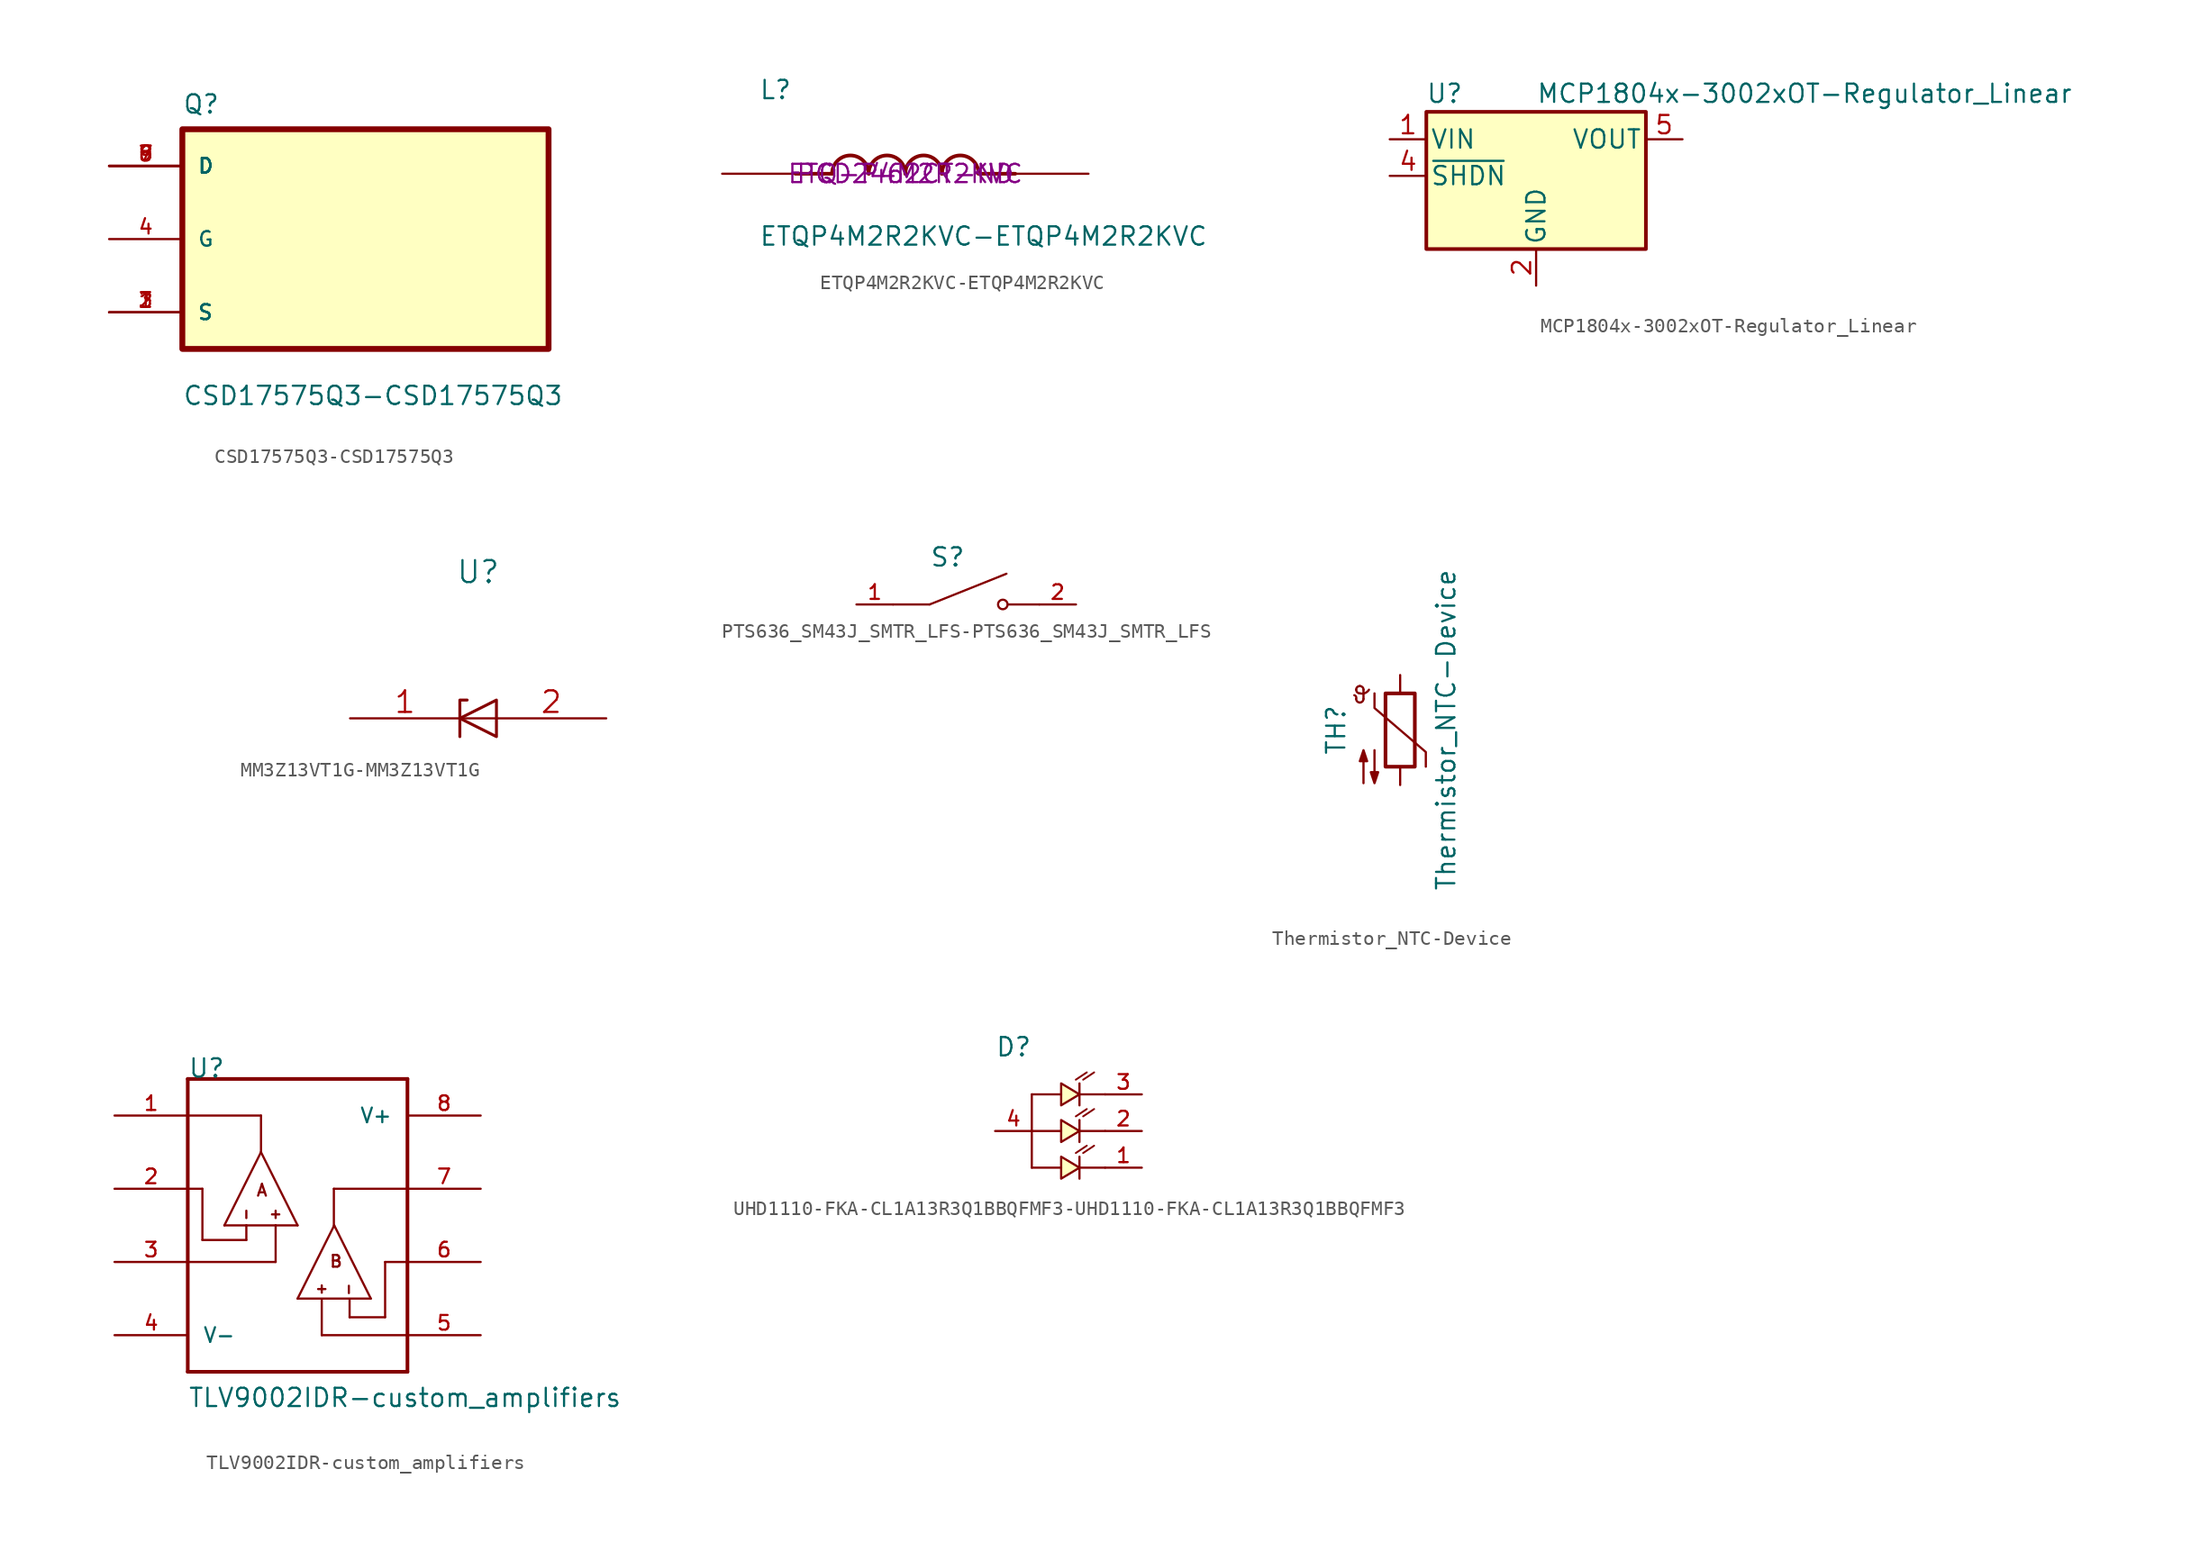
<source format=kicad_sym>
(kicad_symbol_lib
  (version 20211014)
  (generator kicad_symbol_editor)
  (symbol "CSD17575Q3-CSD17575Q3"
    (pin_names
      (offset 1.016))
    (property "Reference" "Q"
      (at -12.7 8.611 0)
      (effects (font (size 1.27 1.27)) (justify left bottom)))
    (property "Value" "CSD17575Q3-CSD17575Q3"
      (at -12.7 -11.608 0)
      (effects (font (size 1.27 1.27)) (justify left bottom)))
    (symbol "CSD17575Q3-CSD17575Q3_0_0"
      (rectangle (start -12.7 -7.62) (end 12.7 7.62) (stroke (width 0.406) (type default) (color 0 0 0 0)) (fill (type background)))
      (pin bidirectional line (at -17.78 -5.08 0) (length 5.08) (name "S" (effects (font (size 1.016 1.016)))) (number "1" (effects (font (size 1.016 1.016)))))
      (pin bidirectional line (at -17.78 -5.08 0) (length 5.08) (name "S" (effects (font (size 1.016 1.016)))) (number "2" (effects (font (size 1.016 1.016)))))
      (pin bidirectional line (at -17.78 -5.08 0) (length 5.08) (name "S" (effects (font (size 1.016 1.016)))) (number "3" (effects (font (size 1.016 1.016)))))
      (pin bidirectional line (at -17.78 0 0) (length 5.08) (name "G" (effects (font (size 1.016 1.016)))) (number "4" (effects (font (size 1.016 1.016)))))
      (pin bidirectional line (at -17.78 5.08 0) (length 5.08) (name "D" (effects (font (size 1.016 1.016)))) (number "5" (effects (font (size 1.016 1.016)))))
      (pin bidirectional line (at -17.78 5.08 0) (length 5.08) (name "D" (effects (font (size 1.016 1.016)))) (number "6" (effects (font (size 1.016 1.016)))))
      (pin bidirectional line (at -17.78 5.08 0) (length 5.08) (name "D" (effects (font (size 1.016 1.016)))) (number "7" (effects (font (size 1.016 1.016)))))
      (pin bidirectional line (at -17.78 5.08 0) (length 5.08) (name "D" (effects (font (size 1.016 1.016)))) (number "8" (effects (font (size 1.016 1.016)))))
      (pin bidirectional line (at -17.78 5.08 0) (length 5.08) (name "D" (effects (font (size 1.016 1.016)))) (number "9" (effects (font (size 1.016 1.016)))))))
  (symbol "ETQP4M2R2KVC-ETQP4M2R2KVC"
    (pin_numbers hide)
    (pin_names
      (offset 1.016) hide)
    (property "Reference" "L"
      (at -10.16 5.08 0)
      (effects (font (size 1.27 1.27)) (justify left bottom)))
    (property "Value" "ETQP4M2R2KVC-ETQP4M2R2KVC"
      (at -10.16 -5.08 0)
      (effects (font (size 1.27 1.27)) (justify left bottom)))
    (property "Digi-Key Part Number" "PCD2462CT-ND"
      (at 0 0 0)
      (effects (font (size 1.27 1.27))))
    (property "Manufactuer Part Number" "ETQ-P4M2R2KVC"
      (at 0 0 0)
      (effects (font (size 1.27 1.27))))
    (symbol "ETQP4M2R2KVC-ETQP4M2R2KVC_0_0"
      (arc (start -2.54 0) (mid -3.81 1.27) (end -5.08 0) (stroke (width 0.254) (type default) (color 0 0 0 0)) (fill (type none)))
      (arc (start 0 0) (mid -1.27 1.27) (end -2.54 0) (stroke (width 0.254) (type default) (color 0 0 0 0)) (fill (type none)))
      (polyline (pts (xy -5.08 0) (xy -7.62 0)) (stroke (width 0.254) (type default) (color 0 0 0 0)) (fill (type none)))
      (polyline (pts (xy 5.08 0) (xy 7.62 0)) (stroke (width 0.254) (type default) (color 0 0 0 0)) (fill (type none)))
      (arc (start 2.54 0) (mid 1.27 1.27) (end 0 0) (stroke (width 0.254) (type default) (color 0 0 0 0)) (fill (type none)))
      (arc (start 5.08 0) (mid 3.81 1.27) (end 2.54 0) (stroke (width 0.254) (type default) (color 0 0 0 0)) (fill (type none)))
      (pin passive line (at -12.7 0 0) (length 5.08) (name "~" (effects (font (size 1.016 1.016)))) (number "1" (effects (font (size 1.016 1.016)))))
      (pin passive line (at 12.7 0 180) (length 5.08) (name "~" (effects (font (size 1.016 1.016)))) (number "2" (effects (font (size 1.016 1.016)))))))
  (symbol "MCP1804x-3002xOT-Regulator_Linear"
    (pin_names
      (offset 0.254))
    (property "Reference" "U"
      (at -6.35 5.715 0)
      (effects (font (size 1.27 1.27))))
    (property "Value" "MCP1804x-3002xOT-Regulator_Linear"
      (at 0 5.715 0)
      (effects (font (size 1.27 1.27)) (justify left)))
    (symbol "MCP1804x-3002xOT-Regulator_Linear_0_1"
      (rectangle (start -7.62 -5.08) (end 7.62 4.445) (stroke (width 0.254) (type default) (color 0 0 0 0)) (fill (type background))))
    (symbol "MCP1804x-3002xOT-Regulator_Linear_1_1"
      (pin power_in line (at -10.16 2.54 0) (length 2.54) (name "VIN" (effects (font (size 1.27 1.27)))) (number "1" (effects (font (size 1.27 1.27)))))
      (pin power_in line (at 0 -7.62 90) (length 2.54) (name "GND" (effects (font (size 1.27 1.27)))) (number "2" (effects (font (size 1.27 1.27)))))
      (pin no_connect line (at 7.62 0 180) (length 2.54) hide (name "NC" (effects (font (size 1.27 1.27)))) (number "3" (effects (font (size 1.27 1.27)))))
      (pin input line (at -10.16 0 0) (length 2.54) (name "~{SHDN}" (effects (font (size 1.27 1.27)))) (number "4" (effects (font (size 1.27 1.27)))))
      (pin power_out line (at 10.16 2.54 180) (length 2.54) (name "VOUT" (effects (font (size 1.27 1.27)))) (number "5" (effects (font (size 1.27 1.27)))))))
  (symbol "MM3Z13VT1G-MM3Z13VT1G"
    (pin_names
      (offset 0.254))
    (property "Reference" "U"
      (at 25.4 10.16 0)
      (effects (font (size 1.524 1.524))))
    (property "Datasheet" ""
      (at 0 0 0)
      (effects (font (size 1.524 1.524))))
    (symbol "MM3Z13VT1G-MM3Z13VT1G_1_1"
      (polyline (pts (xy 26.67 0) (xy 24.13 0)) (stroke (width 0) (type default) (color 0 0 0 0)) (fill (type none)))
      (polyline (pts (xy 24.13 -1.27) (xy 24.13 1.27) (xy 24.638 1.27)) (stroke (width 0.203) (type default) (color 0 0 0 0)) (fill (type none)))
      (polyline (pts (xy 26.67 -1.27) (xy 26.67 1.27) (xy 24.13 0) (xy 26.67 -1.27)) (stroke (width 0.203) (type default) (color 0 0 0 0)) (fill (type none)))
      (pin passive line (at 16.51 0 0) (length 7.62) (name "~" (effects (font (size 1.499 1.499)))) (number "1" (effects (font (size 1.499 1.499)))))
      (pin passive line (at 34.29 0 180) (length 7.62) (name "~" (effects (font (size 1.499 1.499)))) (number "2" (effects (font (size 1.499 1.499)))))))
  (symbol "PTS636_SM43J_SMTR_LFS-PTS636_SM43J_SMTR_LFS"
    (pin_names
      (offset 1.016) hide)
    (property "Reference" "S"
      (at -2.54 2.54 0)
      (effects (font (size 1.27 1.27)) (justify left bottom)))
    (symbol "PTS636_SM43J_SMTR_LFS-PTS636_SM43J_SMTR_LFS_0_0"
      (polyline (pts (xy -2.54 0) (xy -5.08 0)) (stroke (width 0.152) (type default) (color 0 0 0 0)) (fill (type none)))
      (polyline (pts (xy -2.54 0) (xy 2.794 2.134)) (stroke (width 0.152) (type default) (color 0 0 0 0)) (fill (type none)))
      (polyline (pts (xy 5.08 0) (xy 2.921 0)) (stroke (width 0.152) (type default) (color 0 0 0 0)) (fill (type none)))
      (circle (center 2.54 0) (radius 0.33) (stroke (width 0.152) (type default) (color 0 0 0 0)) (fill (type none)))
      (pin passive line (at -7.62 0 0) (length 2.54) (name "~" (effects (font (size 1.016 1.016)))) (number "1" (effects (font (size 1.016 1.016)))))
      (pin passive line (at 7.62 0 180) (length 2.54) (name "~" (effects (font (size 1.016 1.016)))) (number "2" (effects (font (size 1.016 1.016)))))))
  (symbol "Thermistor_NTC-Device"
    (pin_numbers hide)
    (pin_names
      (offset 0))
    (property "Reference" "TH"
      (at -4.445 0 90)
      (effects (font (size 1.27 1.27))))
    (property "Value" "Thermistor_NTC-Device"
      (at 3.175 0 90)
      (effects (font (size 1.27 1.27))))
    (symbol "Thermistor_NTC-Device_0_1"
      (arc (start -3.048 2.159) (mid -3.0495 2.3143) (end -3.175 2.413) (stroke (width 0) (type default) (color 0 0 0 0)) (fill (type none)))
      (arc (start -3.048 2.159) (mid -2.9736 1.9794) (end -2.794 1.905) (stroke (width 0) (type default) (color 0 0 0 0)) (fill (type none)))
      (arc (start -3.048 2.794) (mid -2.9736 2.6144) (end -2.794 2.54) (stroke (width 0) (type default) (color 0 0 0 0)) (fill (type none)))
      (arc (start -2.794 1.905) (mid -2.6144 1.9794) (end -2.54 2.159) (stroke (width 0) (type default) (color 0 0 0 0)) (fill (type none)))
      (arc (start -2.794 2.54) (mid -2.4393 2.5587) (end -2.159 2.794) (stroke (width 0) (type default) (color 0 0 0 0)) (fill (type none)))
      (arc (start -2.794 3.048) (mid -2.9736 2.9736) (end -3.048 2.794) (stroke (width 0) (type default) (color 0 0 0 0)) (fill (type none)))
      (arc (start -2.54 2.794) (mid -2.6144 2.9736) (end -2.794 3.048) (stroke (width 0) (type default) (color 0 0 0 0)) (fill (type none)))
      (rectangle (start -1.016 2.54) (end 1.016 -2.54) (stroke (width 0.254) (type default) (color 0 0 0 0)) (fill (type none)))
      (polyline (pts (xy -2.54 2.159) (xy -2.54 2.794)) (stroke (width 0) (type default) (color 0 0 0 0)) (fill (type none)))
      (polyline (pts (xy -1.778 2.54) (xy -1.778 1.524) (xy 1.778 -1.524) (xy 1.778 -2.54)) (stroke (width 0) (type default) (color 0 0 0 0)) (fill (type none)))
      (polyline (pts (xy -2.54 -3.683) (xy -2.54 -1.397) (xy -2.794 -2.159) (xy -2.286 -2.159) (xy -2.54 -1.397) (xy -2.54 -1.651)) (stroke (width 0) (type default) (color 0 0 0 0)) (fill (type outline)))
      (polyline (pts (xy -1.778 -1.397) (xy -1.778 -3.683) (xy -2.032 -2.921) (xy -1.524 -2.921) (xy -1.778 -3.683) (xy -1.778 -3.429)) (stroke (width 0) (type default) (color 0 0 0 0)) (fill (type outline))))
    (symbol "Thermistor_NTC-Device_1_1"
      (pin passive line (at 0 3.81 270) (length 1.27) (name "~" (effects (font (size 1.27 1.27)))) (number "1" (effects (font (size 1.27 1.27)))))
      (pin passive line (at 0 -3.81 90) (length 1.27) (name "~" (effects (font (size 1.27 1.27)))) (number "2" (effects (font (size 1.27 1.27)))))))
  (symbol "TLV9002IDR-custom_amplifiers"
    (pin_names
      (offset 1.016))
    (property "Reference" "U"
      (at -7.62 10.16 0)
      (effects (font (size 1.27 1.27)) (justify left bottom)))
    (property "Value" "TLV9002IDR-custom_amplifiers"
      (at -7.62 -12.7 0)
      (effects (font (size 1.27 1.27)) (justify left bottom)))
    (symbol "TLV9002IDR-custom_amplifiers_0_0"
      (polyline (pts (xy -7.62 -10.16) (xy -7.62 10.16)) (stroke (width 0.254) (type default) (color 0 0 0 0)) (fill (type none)))
      (polyline (pts (xy -7.62 10.16) (xy 7.62 10.16)) (stroke (width 0.254) (type default) (color 0 0 0 0)) (fill (type none)))
      (polyline (pts (xy -6.604 -1.016) (xy -6.604 2.54)) (stroke (width 0.152) (type default) (color 0 0 0 0)) (fill (type none)))
      (polyline (pts (xy -6.604 2.54) (xy -7.62 2.54)) (stroke (width 0.152) (type default) (color 0 0 0 0)) (fill (type none)))
      (polyline (pts (xy -5.08 0) (xy -2.54 5.08)) (stroke (width 0.152) (type default) (color 0 0 0 0)) (fill (type none)))
      (polyline (pts (xy -3.556 -1.016) (xy -6.604 -1.016)) (stroke (width 0.152) (type default) (color 0 0 0 0)) (fill (type none)))
      (polyline (pts (xy -3.556 0) (xy -5.08 0)) (stroke (width 0.152) (type default) (color 0 0 0 0)) (fill (type none)))
      (polyline (pts (xy -3.556 0) (xy -3.556 -1.016)) (stroke (width 0.152) (type default) (color 0 0 0 0)) (fill (type none)))
      (polyline (pts (xy -3.556 1.016) (xy -3.556 0.508)) (stroke (width 0.152) (type default) (color 0 0 0 0)) (fill (type none)))
      (polyline (pts (xy -2.54 5.08) (xy -2.54 7.62)) (stroke (width 0.152) (type default) (color 0 0 0 0)) (fill (type none)))
      (polyline (pts (xy -2.54 5.08) (xy 0 0)) (stroke (width 0.152) (type default) (color 0 0 0 0)) (fill (type none)))
      (polyline (pts (xy -2.54 7.62) (xy -7.62 7.62)) (stroke (width 0.152) (type default) (color 0 0 0 0)) (fill (type none)))
      (polyline (pts (xy -1.778 0.762) (xy -1.27 0.762)) (stroke (width 0.152) (type default) (color 0 0 0 0)) (fill (type none)))
      (polyline (pts (xy -1.524 -2.54) (xy -7.62 -2.54)) (stroke (width 0.152) (type default) (color 0 0 0 0)) (fill (type none)))
      (polyline (pts (xy -1.524 0) (xy -3.556 0)) (stroke (width 0.152) (type default) (color 0 0 0 0)) (fill (type none)))
      (polyline (pts (xy -1.524 0) (xy -1.524 -2.54)) (stroke (width 0.152) (type default) (color 0 0 0 0)) (fill (type none)))
      (polyline (pts (xy -1.524 0.508) (xy -1.524 1.016)) (stroke (width 0.152) (type default) (color 0 0 0 0)) (fill (type none)))
      (polyline (pts (xy 0 -5.08) (xy 2.54 0)) (stroke (width 0.152) (type default) (color 0 0 0 0)) (fill (type none)))
      (polyline (pts (xy 0 0) (xy -1.524 0)) (stroke (width 0.152) (type default) (color 0 0 0 0)) (fill (type none)))
      (polyline (pts (xy 1.422 -4.42) (xy 1.93 -4.42)) (stroke (width 0.152) (type default) (color 0 0 0 0)) (fill (type none)))
      (polyline (pts (xy 1.676 -7.62) (xy 7.62 -7.62)) (stroke (width 0.152) (type default) (color 0 0 0 0)) (fill (type none)))
      (polyline (pts (xy 1.676 -5.131) (xy 1.676 -7.62)) (stroke (width 0.152) (type default) (color 0 0 0 0)) (fill (type none)))
      (polyline (pts (xy 1.676 -4.166) (xy 1.676 -4.674)) (stroke (width 0.152) (type default) (color 0 0 0 0)) (fill (type none)))
      (polyline (pts (xy 2.515 -0.102) (xy 2.515 2.54)) (stroke (width 0.152) (type default) (color 0 0 0 0)) (fill (type none)))
      (polyline (pts (xy 2.515 2.54) (xy 7.62 2.54)) (stroke (width 0.152) (type default) (color 0 0 0 0)) (fill (type none)))
      (polyline (pts (xy 2.54 0) (xy 5.08 -5.08)) (stroke (width 0.152) (type default) (color 0 0 0 0)) (fill (type none)))
      (polyline (pts (xy 3.556 -4.191) (xy 3.556 -4.699)) (stroke (width 0.152) (type default) (color 0 0 0 0)) (fill (type none)))
      (polyline (pts (xy 3.607 -6.375) (xy 6.071 -6.375)) (stroke (width 0.152) (type default) (color 0 0 0 0)) (fill (type none)))
      (polyline (pts (xy 3.607 -5.105) (xy 3.607 -6.375)) (stroke (width 0.152) (type default) (color 0 0 0 0)) (fill (type none)))
      (polyline (pts (xy 5.08 -5.08) (xy 0 -5.08)) (stroke (width 0.152) (type default) (color 0 0 0 0)) (fill (type none)))
      (polyline (pts (xy 6.071 -6.375) (xy 6.071 -2.54)) (stroke (width 0.152) (type default) (color 0 0 0 0)) (fill (type none)))
      (polyline (pts (xy 6.071 -2.54) (xy 7.62 -2.54)) (stroke (width 0.152) (type default) (color 0 0 0 0)) (fill (type none)))
      (polyline (pts (xy 7.62 -10.16) (xy -7.62 -10.16)) (stroke (width 0.254) (type default) (color 0 0 0 0)) (fill (type none)))
      (polyline (pts (xy 7.62 -7.62) (xy 7.62 -10.16)) (stroke (width 0.254) (type default) (color 0 0 0 0)) (fill (type none)))
      (polyline (pts (xy 7.62 -2.54) (xy 7.62 -7.62)) (stroke (width 0.254) (type default) (color 0 0 0 0)) (fill (type none)))
      (polyline (pts (xy 7.62 2.54) (xy 7.62 -2.54)) (stroke (width 0.254) (type default) (color 0 0 0 0)) (fill (type none)))
      (polyline (pts (xy 7.62 10.16) (xy 7.62 2.54)) (stroke (width 0.254) (type default) (color 0 0 0 0)) (fill (type none)))
      (text "A" (at -2.921 1.956 0) (effects (font (size 0.813 0.813)) (justify left bottom)))
      (text "B" (at 2.159 -2.972 0) (effects (font (size 0.813 0.813)) (justify left bottom)))
      (pin output line (at -12.7 7.62 0) (length 5.08) (name "~" (effects (font (size 1.016 1.016)))) (number "1" (effects (font (size 1.016 1.016)))))
      (pin input line (at -12.7 2.54 0) (length 5.08) (name "~" (effects (font (size 1.016 1.016)))) (number "2" (effects (font (size 1.016 1.016)))))
      (pin input line (at -12.7 -2.54 0) (length 5.08) (name "~" (effects (font (size 1.016 1.016)))) (number "3" (effects (font (size 1.016 1.016)))))
      (pin power_in line (at -12.7 -7.62 0) (length 5.08) (name "V-" (effects (font (size 1.016 1.016)))) (number "4" (effects (font (size 1.016 1.016)))))
      (pin input line (at 12.7 -7.62 180) (length 5.08) (name "~" (effects (font (size 1.016 1.016)))) (number "5" (effects (font (size 1.016 1.016)))))
      (pin input line (at 12.7 -2.54 180) (length 5.08) (name "~" (effects (font (size 1.016 1.016)))) (number "6" (effects (font (size 1.016 1.016)))))
      (pin output line (at 12.7 2.54 180) (length 5.08) (name "~" (effects (font (size 1.016 1.016)))) (number "7" (effects (font (size 1.016 1.016)))))
      (pin power_in line (at 12.7 7.62 180) (length 5.08) (name "V+" (effects (font (size 1.016 1.016)))) (number "8" (effects (font (size 1.016 1.016)))))))
  (symbol "UHD1110-FKA-CL1A13R3Q1BBQFMF3-UHD1110-FKA-CL1A13R3Q1BBQFMF3"
    (pin_names
      (offset 1.016) hide)
    (property "Reference" "D"
      (at -2.54 5.08 0)
      (effects (font (size 1.27 1.27)) (justify left bottom)))
    (symbol "UHD1110-FKA-CL1A13R3Q1BBQFMF3-UHD1110-FKA-CL1A13R3Q1BBQFMF3_0_0"
      (polyline (pts (xy 0 -2.54) (xy 0 0)) (stroke (width 0.152) (type default) (color 0 0 0 0)) (fill (type none)))
      (polyline (pts (xy 0 0) (xy 0 2.54)) (stroke (width 0.152) (type default) (color 0 0 0 0)) (fill (type none)))
      (polyline (pts (xy 2.032 -2.54) (xy 0 -2.54)) (stroke (width 0.152) (type default) (color 0 0 0 0)) (fill (type none)))
      (polyline (pts (xy 2.032 0) (xy 0 0)) (stroke (width 0.152) (type default) (color 0 0 0 0)) (fill (type none)))
      (polyline (pts (xy 2.032 2.54) (xy 0 2.54)) (stroke (width 0.152) (type default) (color 0 0 0 0)) (fill (type none)))
      (polyline (pts (xy 3.302 -3.302) (xy 3.302 -1.778)) (stroke (width 0.152) (type default) (color 0 0 0 0)) (fill (type none)))
      (polyline (pts (xy 3.302 -2.54) (xy 5.08 -2.54)) (stroke (width 0.152) (type default) (color 0 0 0 0)) (fill (type none)))
      (polyline (pts (xy 3.302 -0.762) (xy 3.302 0.762)) (stroke (width 0.152) (type default) (color 0 0 0 0)) (fill (type none)))
      (polyline (pts (xy 3.302 0) (xy 5.08 0)) (stroke (width 0.152) (type default) (color 0 0 0 0)) (fill (type none)))
      (polyline (pts (xy 3.302 1.778) (xy 3.302 3.302)) (stroke (width 0.152) (type default) (color 0 0 0 0)) (fill (type none)))
      (polyline (pts (xy 3.302 2.54) (xy 5.08 2.54)) (stroke (width 0.152) (type default) (color 0 0 0 0)) (fill (type none)))
      (polyline (pts (xy 3.81 -1.016) (xy 3.048 -1.524)) (stroke (width 0.127) (type default) (color 0 0 0 0)) (fill (type none)))
      (polyline (pts (xy 3.81 1.524) (xy 3.048 1.016)) (stroke (width 0.127) (type default) (color 0 0 0 0)) (fill (type none)))
      (polyline (pts (xy 3.81 4.064) (xy 3.048 3.556)) (stroke (width 0.127) (type default) (color 0 0 0 0)) (fill (type none)))
      (polyline (pts (xy 4.318 -1.016) (xy 3.556 -1.524)) (stroke (width 0.127) (type default) (color 0 0 0 0)) (fill (type none)))
      (polyline (pts (xy 4.318 1.524) (xy 3.556 1.016)) (stroke (width 0.127) (type default) (color 0 0 0 0)) (fill (type none)))
      (polyline (pts (xy 4.318 4.064) (xy 3.556 3.556)) (stroke (width 0.127) (type default) (color 0 0 0 0)) (fill (type none)))
      (polyline (pts (xy 3.302 -2.54) (xy 2.032 -3.302) (xy 2.032 -1.778) (xy 3.302 -2.54)) (stroke (width 0.152) (type default) (color 0 0 0 0)) (fill (type background)))
      (polyline (pts (xy 3.302 0) (xy 2.032 -0.762) (xy 2.032 0.762) (xy 3.302 0)) (stroke (width 0.152) (type default) (color 0 0 0 0)) (fill (type background)))
      (polyline (pts (xy 3.302 2.54) (xy 2.032 1.778) (xy 2.032 3.302) (xy 3.302 2.54)) (stroke (width 0.152) (type default) (color 0 0 0 0)) (fill (type background)))
      (pin passive line (at 7.62 -2.54 180) (length 2.54) (name "~" (effects (font (size 1.016 1.016)))) (number "1" (effects (font (size 1.016 1.016)))))
      (pin passive line (at 7.62 0 180) (length 2.54) (name "~" (effects (font (size 1.016 1.016)))) (number "2" (effects (font (size 1.016 1.016)))))
      (pin passive line (at 7.62 2.54 180) (length 2.54) (name "~" (effects (font (size 1.016 1.016)))) (number "3" (effects (font (size 1.016 1.016)))))
      (pin passive line (at -2.54 0 0) (length 2.54) (name "~" (effects (font (size 1.016 1.016)))) (number "4" (effects (font (size 1.016 1.016))))))))
</source>
